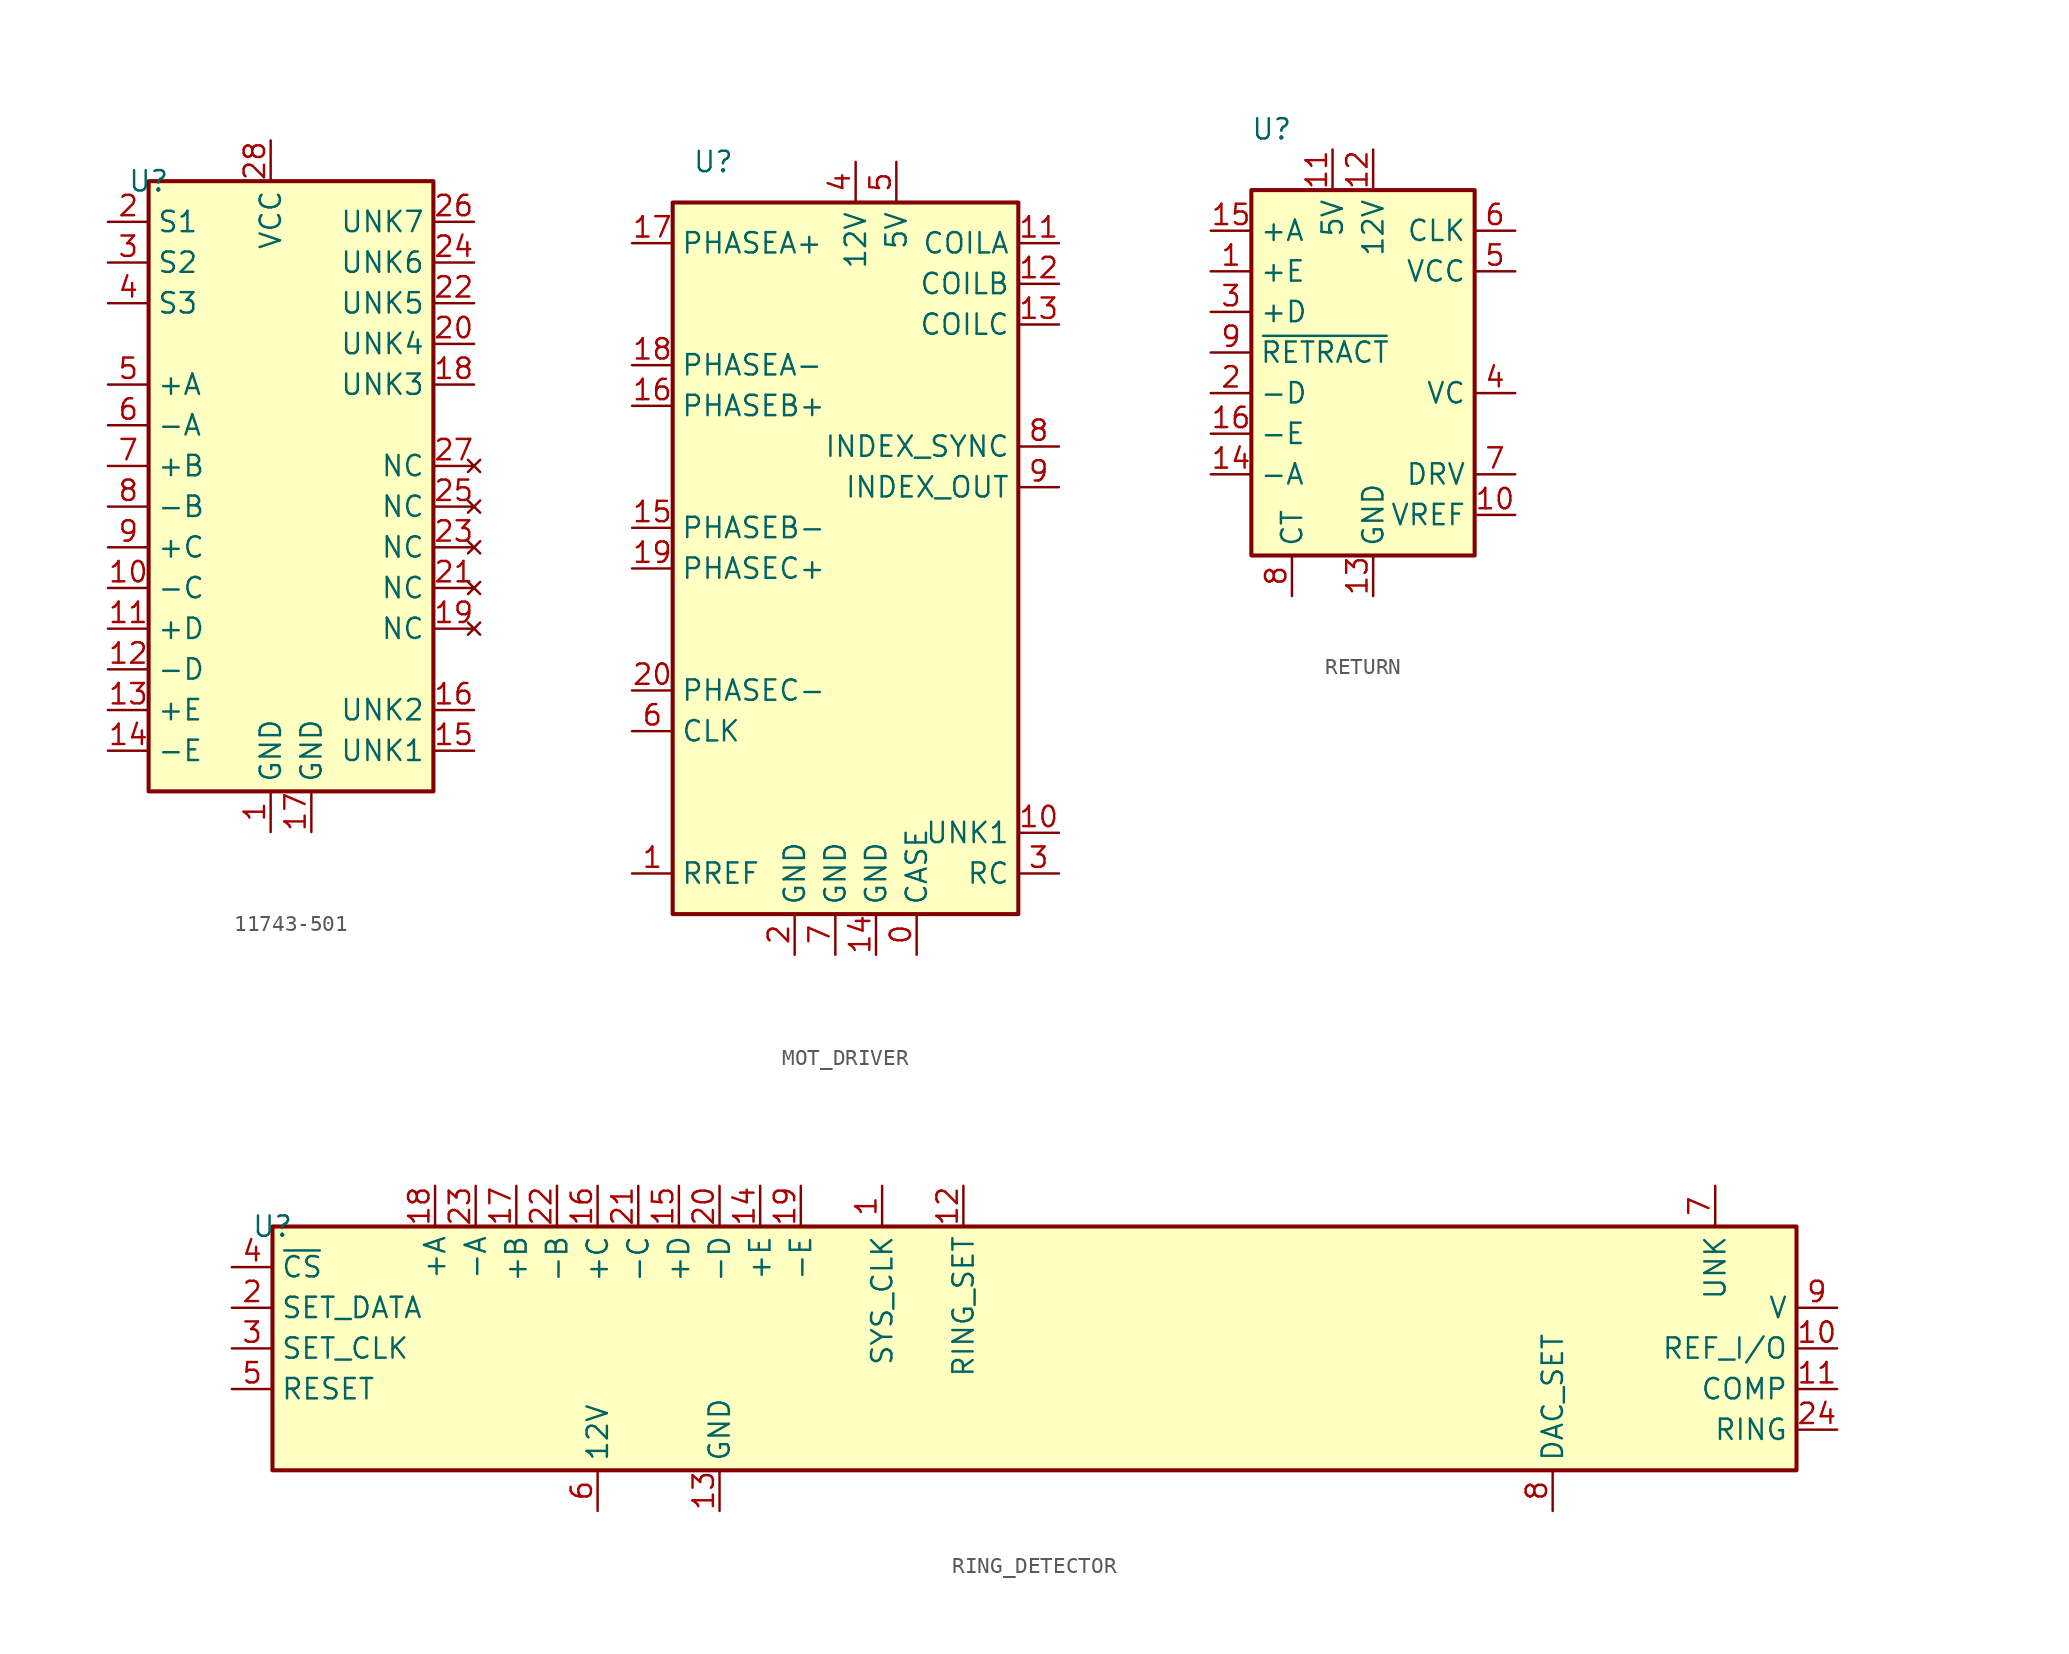
<source format=kicad_sym>
(kicad_symbol_lib
  (version 20220914)
  (generator kicad_symbol_editor)
  (symbol "11743-501"
    (property "Reference" "U"
      (at 0 0 0)
      (effects (font (size 1.27 1.27))))
    (property "Value" ""
      (at 0 0 0)
      (effects (font (size 1.27 1.27))))
    (symbol "11743-501_1_1"
      (rectangle (start 0 0) (end 17.78 -38.1) (stroke (width 0.254) (type default)) (fill (type background)))
      (pin power_in line (at 7.62 -40.64 90) (length 2.54) (name "GND" (effects (font (size 1.27 1.27)))) (number "1" (effects (font (size 1.27 1.27)))))
      (pin passive line (at -2.54 -25.4 0) (length 2.54) (name "-C" (effects (font (size 1.27 1.27)))) (number "10" (effects (font (size 1.27 1.27)))))
      (pin passive line (at -2.54 -27.94 0) (length 2.54) (name "+D" (effects (font (size 1.27 1.27)))) (number "11" (effects (font (size 1.27 1.27)))))
      (pin passive line (at -2.54 -30.48 0) (length 2.54) (name "-D" (effects (font (size 1.27 1.27)))) (number "12" (effects (font (size 1.27 1.27)))))
      (pin passive line (at -2.54 -33.02 0) (length 2.54) (name "+E" (effects (font (size 1.27 1.27)))) (number "13" (effects (font (size 1.27 1.27)))))
      (pin passive line (at -2.54 -35.56 0) (length 2.54) (name "-E" (effects (font (size 1.27 1.27)))) (number "14" (effects (font (size 1.27 1.27)))))
      (pin unspecified line (at 20.32 -35.56 180) (length 2.54) (name "UNK1" (effects (font (size 1.27 1.27)))) (number "15" (effects (font (size 1.27 1.27)))))
      (pin unspecified line (at 20.32 -33.02 180) (length 2.54) (name "UNK2" (effects (font (size 1.27 1.27)))) (number "16" (effects (font (size 1.27 1.27)))))
      (pin power_in line (at 10.16 -40.64 90) (length 2.54) (name "GND" (effects (font (size 1.27 1.27)))) (number "17" (effects (font (size 1.27 1.27)))))
      (pin unspecified line (at 20.32 -12.7 180) (length 2.54) (name "UNK3" (effects (font (size 1.27 1.27)))) (number "18" (effects (font (size 1.27 1.27)))))
      (pin no_connect line (at 20.32 -27.94 180) (length 2.54) (name "NC" (effects (font (size 1.27 1.27)))) (number "19" (effects (font (size 1.27 1.27)))))
      (pin input line (at -2.54 -2.54 0) (length 2.54) (name "S1" (effects (font (size 1.27 1.27)))) (number "2" (effects (font (size 1.27 1.27)))))
      (pin unspecified line (at 20.32 -10.16 180) (length 2.54) (name "UNK4" (effects (font (size 1.27 1.27)))) (number "20" (effects (font (size 1.27 1.27)))))
      (pin no_connect line (at 20.32 -25.4 180) (length 2.54) (name "NC" (effects (font (size 1.27 1.27)))) (number "21" (effects (font (size 1.27 1.27)))))
      (pin unspecified line (at 20.32 -7.62 180) (length 2.54) (name "UNK5" (effects (font (size 1.27 1.27)))) (number "22" (effects (font (size 1.27 1.27)))))
      (pin no_connect line (at 20.32 -22.86 180) (length 2.54) (name "NC" (effects (font (size 1.27 1.27)))) (number "23" (effects (font (size 1.27 1.27)))))
      (pin unspecified line (at 20.32 -5.08 180) (length 2.54) (name "UNK6" (effects (font (size 1.27 1.27)))) (number "24" (effects (font (size 1.27 1.27)))))
      (pin no_connect line (at 20.32 -20.32 180) (length 2.54) (name "NC" (effects (font (size 1.27 1.27)))) (number "25" (effects (font (size 1.27 1.27)))))
      (pin unspecified line (at 20.32 -2.54 180) (length 2.54) (name "UNK7" (effects (font (size 1.27 1.27)))) (number "26" (effects (font (size 1.27 1.27)))))
      (pin no_connect line (at 20.32 -17.78 180) (length 2.54) (name "NC" (effects (font (size 1.27 1.27)))) (number "27" (effects (font (size 1.27 1.27)))))
      (pin power_in line (at 7.62 2.54 270) (length 2.54) (name "VCC" (effects (font (size 1.27 1.27)))) (number "28" (effects (font (size 1.27 1.27)))))
      (pin input line (at -2.54 -5.08 0) (length 2.54) (name "S2" (effects (font (size 1.27 1.27)))) (number "3" (effects (font (size 1.27 1.27)))))
      (pin input line (at -2.54 -7.62 0) (length 2.54) (name "S3" (effects (font (size 1.27 1.27)))) (number "4" (effects (font (size 1.27 1.27)))))
      (pin passive line (at -2.54 -12.7 0) (length 2.54) (name "+A" (effects (font (size 1.27 1.27)))) (number "5" (effects (font (size 1.27 1.27)))))
      (pin passive line (at -2.54 -15.24 0) (length 2.54) (name "-A" (effects (font (size 1.27 1.27)))) (number "6" (effects (font (size 1.27 1.27)))))
      (pin passive line (at -2.54 -17.78 0) (length 2.54) (name "+B" (effects (font (size 1.27 1.27)))) (number "7" (effects (font (size 1.27 1.27)))))
      (pin passive line (at -2.54 -20.32 0) (length 2.54) (name "-B" (effects (font (size 1.27 1.27)))) (number "8" (effects (font (size 1.27 1.27)))))
      (pin passive line (at -2.54 -22.86 0) (length 2.54) (name "+C" (effects (font (size 1.27 1.27)))) (number "9" (effects (font (size 1.27 1.27)))))))
  (symbol "MOT_DRIVER"
    (property "Reference" "U"
      (at 2.54 2.54 0)
      (effects (font (size 1.27 1.27))))
    (property "Value" ""
      (at 0 0 0)
      (effects (font (size 1.27 1.27))))
    (symbol "MOT_DRIVER_1_1"
      (rectangle (start 0 0) (end 21.59 -44.45) (stroke (width 0.254) (type default)) (fill (type background)))
      (pin power_in line (at 15.24 -46.99 90) (length 2.54) (name "CASE" (effects (font (size 1.27 1.27)))) (number "0" (effects (font (size 1.27 1.27)))))
      (pin passive line (at -2.54 -41.91 0) (length 2.54) (name "RREF" (effects (font (size 1.27 1.27)))) (number "1" (effects (font (size 1.27 1.27)))))
      (pin passive line (at 24.13 -39.37 180) (length 2.54) (name "UNK1" (effects (font (size 1.27 1.27)))) (number "10" (effects (font (size 1.27 1.27)))))
      (pin output line (at 24.13 -2.54 180) (length 2.54) (name "COILA" (effects (font (size 1.27 1.27)))) (number "11" (effects (font (size 1.27 1.27)))))
      (pin output line (at 24.13 -5.08 180) (length 2.54) (name "COILB" (effects (font (size 1.27 1.27)))) (number "12" (effects (font (size 1.27 1.27)))))
      (pin output line (at 24.13 -7.62 180) (length 2.54) (name "COILC" (effects (font (size 1.27 1.27)))) (number "13" (effects (font (size 1.27 1.27)))))
      (pin power_in line (at 12.7 -46.99 90) (length 2.54) (name "GND" (effects (font (size 1.27 1.27)))) (number "14" (effects (font (size 1.27 1.27)))))
      (pin input line (at -2.54 -20.32 0) (length 2.54) (name "PHASEB-" (effects (font (size 1.27 1.27)))) (number "15" (effects (font (size 1.27 1.27)))))
      (pin input line (at -2.54 -12.7 0) (length 2.54) (name "PHASEB+" (effects (font (size 1.27 1.27)))) (number "16" (effects (font (size 1.27 1.27)))))
      (pin input line (at -2.54 -2.54 0) (length 2.54) (name "PHASEA+" (effects (font (size 1.27 1.27)))) (number "17" (effects (font (size 1.27 1.27)))))
      (pin input line (at -2.54 -10.16 0) (length 2.54) (name "PHASEA-" (effects (font (size 1.27 1.27)))) (number "18" (effects (font (size 1.27 1.27)))))
      (pin input line (at -2.54 -22.86 0) (length 2.54) (name "PHASEC+" (effects (font (size 1.27 1.27)))) (number "19" (effects (font (size 1.27 1.27)))))
      (pin power_in line (at 7.62 -46.99 90) (length 2.54) (name "GND" (effects (font (size 1.27 1.27)))) (number "2" (effects (font (size 1.27 1.27)))))
      (pin input line (at -2.54 -30.48 0) (length 2.54) (name "PHASEC-" (effects (font (size 1.27 1.27)))) (number "20" (effects (font (size 1.27 1.27)))))
      (pin passive line (at 24.13 -41.91 180) (length 2.54) (name "RC" (effects (font (size 1.27 1.27)))) (number "3" (effects (font (size 1.27 1.27)))))
      (pin power_in line (at 11.43 2.54 270) (length 2.54) (name "12V" (effects (font (size 1.27 1.27)))) (number "4" (effects (font (size 1.27 1.27)))))
      (pin power_in line (at 13.97 2.54 270) (length 2.54) (name "5V" (effects (font (size 1.27 1.27)))) (number "5" (effects (font (size 1.27 1.27)))))
      (pin input line (at -2.54 -33.02 0) (length 2.54) (name "CLK" (effects (font (size 1.27 1.27)))) (number "6" (effects (font (size 1.27 1.27)))))
      (pin power_in line (at 10.16 -46.99 90) (length 2.54) (name "GND" (effects (font (size 1.27 1.27)))) (number "7" (effects (font (size 1.27 1.27)))))
      (pin input line (at 24.13 -15.24 180) (length 2.54) (name "INDEX_SYNC" (effects (font (size 1.27 1.27)))) (number "8" (effects (font (size 1.27 1.27)))))
      (pin output line (at 24.13 -17.78 180) (length 2.54) (name "INDEX_OUT" (effects (font (size 1.27 1.27)))) (number "9" (effects (font (size 1.27 1.27)))))))
  (symbol "RETURN"
    (property "Reference" "U"
      (at 1.27 3.81 0)
      (effects (font (size 1.27 1.27))))
    (property "Value" ""
      (at 0 0 0)
      (effects (font (size 1.27 1.27))))
    (symbol "RETURN_1_1"
      (rectangle (start 0 0) (end 13.97 -22.86) (stroke (width 0.254) (type default)) (fill (type background)))
      (pin passive line (at -2.54 -5.08 0) (length 2.54) (name "+E" (effects (font (size 1.27 1.27)))) (number "1" (effects (font (size 1.27 1.27)))))
      (pin power_out line (at 16.51 -20.32 180) (length 2.54) (name "VREF" (effects (font (size 1.27 1.27)))) (number "10" (effects (font (size 1.27 1.27)))))
      (pin input line (at 5.08 2.54 270) (length 2.54) (name "5V" (effects (font (size 1.27 1.27)))) (number "11" (effects (font (size 1.27 1.27)))))
      (pin input line (at 7.62 2.54 270) (length 2.54) (name "12V" (effects (font (size 1.27 1.27)))) (number "12" (effects (font (size 1.27 1.27)))))
      (pin power_in line (at 7.62 -25.4 90) (length 2.54) (name "GND" (effects (font (size 1.27 1.27)))) (number "13" (effects (font (size 1.27 1.27)))))
      (pin passive line (at -2.54 -17.78 0) (length 2.54) (name "-A" (effects (font (size 1.27 1.27)))) (number "14" (effects (font (size 1.27 1.27)))))
      (pin passive line (at -2.54 -2.54 0) (length 2.54) (name "+A" (effects (font (size 1.27 1.27)))) (number "15" (effects (font (size 1.27 1.27)))))
      (pin passive line (at -2.54 -15.24 0) (length 2.54) (name "-E" (effects (font (size 1.27 1.27)))) (number "16" (effects (font (size 1.27 1.27)))))
      (pin passive line (at -2.54 -12.7 0) (length 2.54) (name "-D" (effects (font (size 1.27 1.27)))) (number "2" (effects (font (size 1.27 1.27)))))
      (pin passive line (at -2.54 -7.62 0) (length 2.54) (name "+D" (effects (font (size 1.27 1.27)))) (number "3" (effects (font (size 1.27 1.27)))))
      (pin power_in line (at 16.51 -12.7 180) (length 2.54) (name "VC" (effects (font (size 1.27 1.27)))) (number "4" (effects (font (size 1.27 1.27)))))
      (pin power_in line (at 16.51 -5.08 180) (length 2.54) (name "VCC" (effects (font (size 1.27 1.27)))) (number "5" (effects (font (size 1.27 1.27)))))
      (pin input line (at 16.51 -2.54 180) (length 2.54) (name "CLK" (effects (font (size 1.27 1.27)))) (number "6" (effects (font (size 1.27 1.27)))))
      (pin open_collector line (at 16.51 -17.78 180) (length 2.54) (name "DRV" (effects (font (size 1.27 1.27)))) (number "7" (effects (font (size 1.27 1.27)))))
      (pin passive line (at 2.54 -25.4 90) (length 2.54) (name "CT" (effects (font (size 1.27 1.27)))) (number "8" (effects (font (size 1.27 1.27)))))
      (pin output line (at -2.54 -10.16 0) (length 2.54) (name "~{RETRACT}" (effects (font (size 1.27 1.27)))) (number "9" (effects (font (size 1.27 1.27)))))))
  (symbol "RING_DETECTOR"
    (property "Reference" "U"
      (at 0 0 0)
      (effects (font (size 1.27 1.27))))
    (property "Value" ""
      (at 0 0 0)
      (effects (font (size 1.27 1.27))))
    (symbol "RING_DETECTOR_1_1"
      (rectangle (start 0 0) (end 95.25 -15.24) (stroke (width 0.254) (type default)) (fill (type background)))
      (pin input line (at 38.1 2.54 270) (length 2.54) (name "SYS_CLK" (effects (font (size 1.27 1.27)))) (number "1" (effects (font (size 1.27 1.27)))))
      (pin passive line (at 97.79 -7.62 180) (length 2.54) (name "REF_I/O" (effects (font (size 1.27 1.27)))) (number "10" (effects (font (size 1.27 1.27)))))
      (pin passive line (at 97.79 -10.16 180) (length 2.54) (name "COMP" (effects (font (size 1.27 1.27)))) (number "11" (effects (font (size 1.27 1.27)))))
      (pin passive line (at 43.18 2.54 270) (length 2.54) (name "RING_SET" (effects (font (size 1.27 1.27)))) (number "12" (effects (font (size 1.27 1.27)))))
      (pin power_in line (at 27.94 -17.78 90) (length 2.54) (name "GND" (effects (font (size 1.27 1.27)))) (number "13" (effects (font (size 1.27 1.27)))))
      (pin passive line (at 30.48 2.54 270) (length 2.54) (name "+E" (effects (font (size 1.27 1.27)))) (number "14" (effects (font (size 1.27 1.27)))))
      (pin passive line (at 25.4 2.54 270) (length 2.54) (name "+D" (effects (font (size 1.27 1.27)))) (number "15" (effects (font (size 1.27 1.27)))))
      (pin passive line (at 20.32 2.54 270) (length 2.54) (name "+C" (effects (font (size 1.27 1.27)))) (number "16" (effects (font (size 1.27 1.27)))))
      (pin passive line (at 15.24 2.54 270) (length 2.54) (name "+B" (effects (font (size 1.27 1.27)))) (number "17" (effects (font (size 1.27 1.27)))))
      (pin passive line (at 10.16 2.54 270) (length 2.54) (name "+A" (effects (font (size 1.27 1.27)))) (number "18" (effects (font (size 1.27 1.27)))))
      (pin passive line (at 33.02 2.54 270) (length 2.54) (name "-E" (effects (font (size 1.27 1.27)))) (number "19" (effects (font (size 1.27 1.27)))))
      (pin input line (at -2.54 -5.08 0) (length 2.54) (name "SET_DATA" (effects (font (size 1.27 1.27)))) (number "2" (effects (font (size 1.27 1.27)))))
      (pin passive line (at 27.94 2.54 270) (length 2.54) (name "-D" (effects (font (size 1.27 1.27)))) (number "20" (effects (font (size 1.27 1.27)))))
      (pin passive line (at 22.86 2.54 270) (length 2.54) (name "-C" (effects (font (size 1.27 1.27)))) (number "21" (effects (font (size 1.27 1.27)))))
      (pin passive line (at 17.78 2.54 270) (length 2.54) (name "-B" (effects (font (size 1.27 1.27)))) (number "22" (effects (font (size 1.27 1.27)))))
      (pin passive line (at 12.7 2.54 270) (length 2.54) (name "-A" (effects (font (size 1.27 1.27)))) (number "23" (effects (font (size 1.27 1.27)))))
      (pin output line (at 97.79 -12.7 180) (length 2.54) (name "RING" (effects (font (size 1.27 1.27)))) (number "24" (effects (font (size 1.27 1.27)))))
      (pin input line (at -2.54 -7.62 0) (length 2.54) (name "SET_CLK" (effects (font (size 1.27 1.27)))) (number "3" (effects (font (size 1.27 1.27)))))
      (pin input line (at -2.54 -2.54 0) (length 2.54) (name "~{CS}" (effects (font (size 1.27 1.27)))) (number "4" (effects (font (size 1.27 1.27)))))
      (pin input line (at -2.54 -10.16 0) (length 2.54) (name "RESET" (effects (font (size 1.27 1.27)))) (number "5" (effects (font (size 1.27 1.27)))))
      (pin power_in line (at 20.32 -17.78 90) (length 2.54) (name "12V" (effects (font (size 1.27 1.27)))) (number "6" (effects (font (size 1.27 1.27)))))
      (pin passive line (at 90.17 2.54 270) (length 2.54) (name "UNK" (effects (font (size 1.27 1.27)))) (number "7" (effects (font (size 1.27 1.27)))))
      (pin passive line (at 80.01 -17.78 90) (length 2.54) (name "DAC_SET" (effects (font (size 1.27 1.27)))) (number "8" (effects (font (size 1.27 1.27)))))
      (pin passive line (at 97.79 -5.08 180) (length 2.54) (name "V" (effects (font (size 1.27 1.27)))) (number "9" (effects (font (size 1.27 1.27))))))))
</source>
